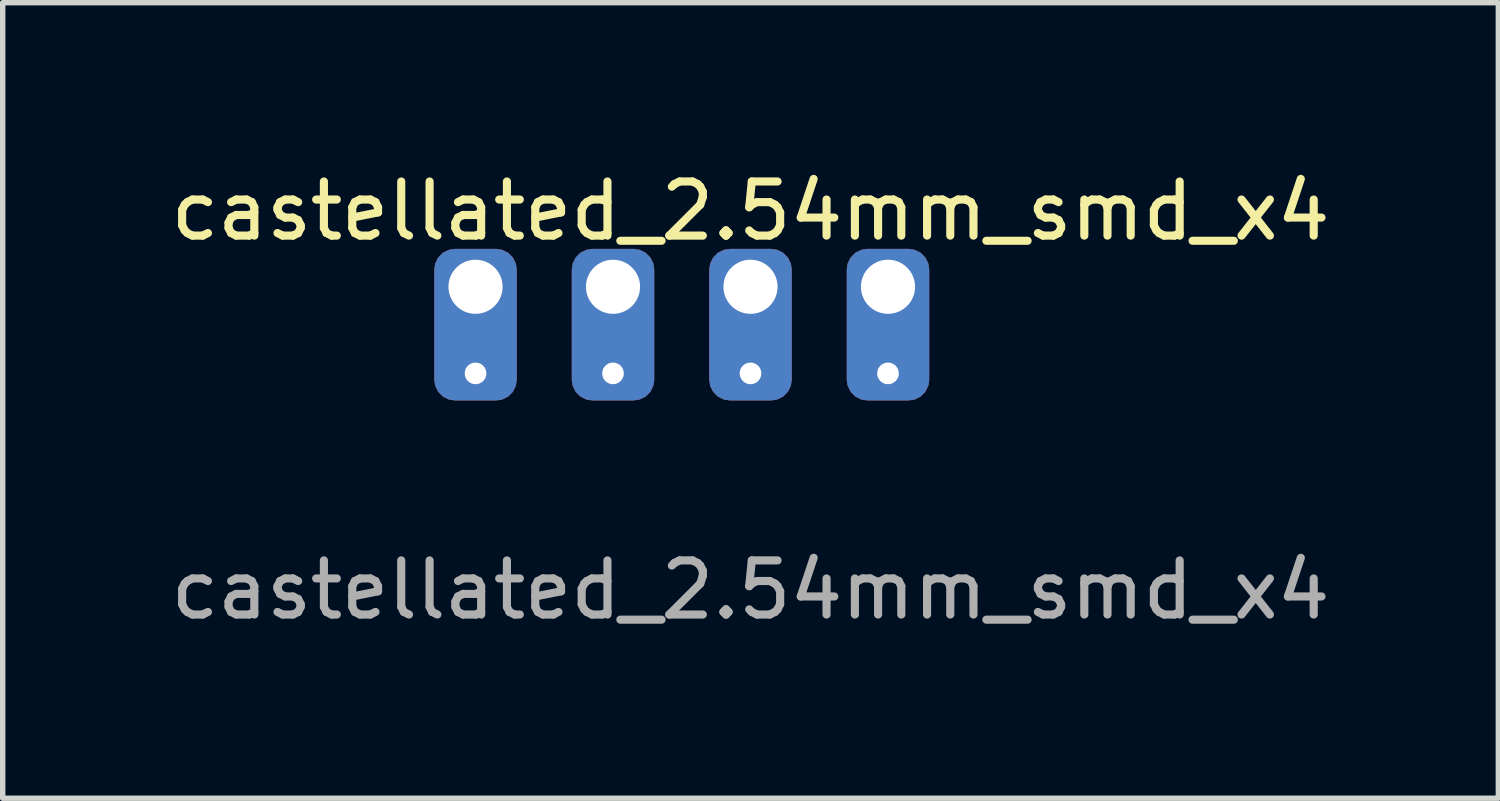
<source format=kicad_pcb>
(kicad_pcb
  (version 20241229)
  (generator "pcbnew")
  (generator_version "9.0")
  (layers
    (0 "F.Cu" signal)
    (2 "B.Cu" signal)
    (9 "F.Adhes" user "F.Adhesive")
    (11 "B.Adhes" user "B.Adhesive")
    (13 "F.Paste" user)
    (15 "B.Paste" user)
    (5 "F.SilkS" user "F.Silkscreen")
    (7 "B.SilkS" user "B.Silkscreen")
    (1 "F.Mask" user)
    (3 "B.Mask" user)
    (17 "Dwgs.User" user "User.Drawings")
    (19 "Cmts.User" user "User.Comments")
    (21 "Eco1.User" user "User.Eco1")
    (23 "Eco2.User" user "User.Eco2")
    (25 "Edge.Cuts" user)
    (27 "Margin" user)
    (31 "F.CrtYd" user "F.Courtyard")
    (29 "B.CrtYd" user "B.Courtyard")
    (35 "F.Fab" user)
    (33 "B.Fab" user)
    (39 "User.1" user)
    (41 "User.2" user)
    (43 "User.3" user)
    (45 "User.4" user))
  (footprint "castellated_2.54mm_smd_x4"
    (layer "F.Cu")
    (at 10.815 2.248)
    (property "Reference" "castellated_2.54mm_smd_x4" (at 0 -1.4 0) (unlocked yes) (layer "F.SilkS") (effects (font (size 1 1) (thickness 0.15))))
    (fp_text user "${REFERENCE}" (at 0 5.6 0) (unlocked yes) (layer "F.Fab") (effects (font (size 1 1) (thickness 0.15))))
    (pad "1" thru_hole roundrect (at -5.08 0) (size 1.524 2.8) (drill 1 (offset 0 0.7)) (layers "*.Cu" "*.Mask") (roundrect_rratio 0.25))
    (pad "1" thru_hole circle (at -5.08 1.6) (size 0.6 0.6) (drill 0.4) (layers "*.Cu" "*.Mask"))
    (pad "2" thru_hole roundrect (at -2.54 0) (size 1.524 2.8) (drill 1 (offset 0 0.7)) (layers "*.Cu" "*.Mask") (roundrect_rratio 0.25))
    (pad "2" thru_hole circle (at -2.54 1.6) (size 0.6 0.6) (drill 0.4) (layers "*.Cu" "*.Mask"))
    (pad "3" thru_hole roundrect (at 0 0) (size 1.524 2.8) (drill 1 (offset 0 0.7)) (layers "*.Cu" "*.Mask") (roundrect_rratio 0.25))
    (pad "3" thru_hole circle (at 0 1.6) (size 0.6 0.6) (drill 0.4) (layers "*.Cu" "*.Mask"))
    (pad "4" thru_hole roundrect (at 2.54 0) (size 1.524 2.8) (drill 1 (offset 0 0.7)) (layers "*.Cu" "*.Mask") (roundrect_rratio 0.25))
    (pad "4" thru_hole circle (at 2.54 1.6) (size 0.6 0.6) (drill 0.4) (layers "*.Cu" "*.Mask")))
  (gr_rect
    (start -3 -3)
    (end 24.631 11.697)
    (stroke (width 0.1) (type default))
    (fill no)
    (layer "Edge.Cuts")))
</source>
